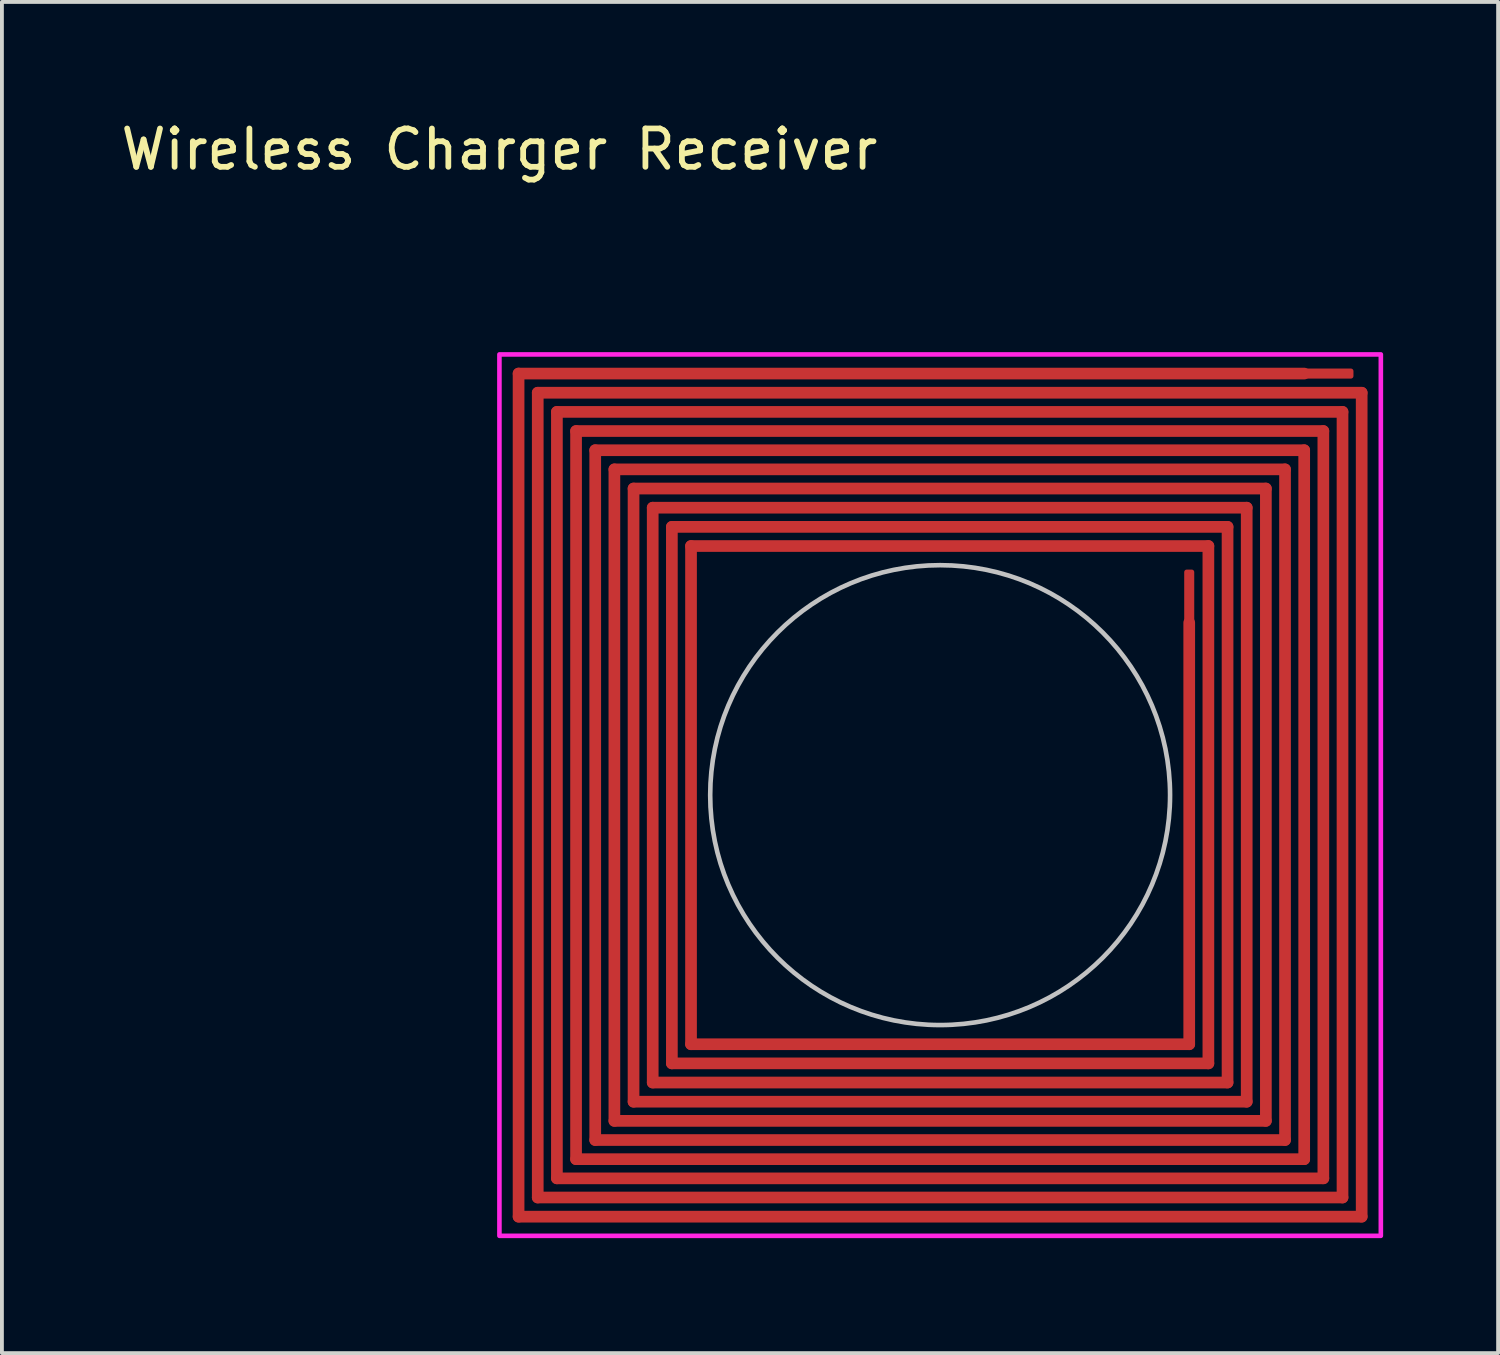
<source format=kicad_pcb>
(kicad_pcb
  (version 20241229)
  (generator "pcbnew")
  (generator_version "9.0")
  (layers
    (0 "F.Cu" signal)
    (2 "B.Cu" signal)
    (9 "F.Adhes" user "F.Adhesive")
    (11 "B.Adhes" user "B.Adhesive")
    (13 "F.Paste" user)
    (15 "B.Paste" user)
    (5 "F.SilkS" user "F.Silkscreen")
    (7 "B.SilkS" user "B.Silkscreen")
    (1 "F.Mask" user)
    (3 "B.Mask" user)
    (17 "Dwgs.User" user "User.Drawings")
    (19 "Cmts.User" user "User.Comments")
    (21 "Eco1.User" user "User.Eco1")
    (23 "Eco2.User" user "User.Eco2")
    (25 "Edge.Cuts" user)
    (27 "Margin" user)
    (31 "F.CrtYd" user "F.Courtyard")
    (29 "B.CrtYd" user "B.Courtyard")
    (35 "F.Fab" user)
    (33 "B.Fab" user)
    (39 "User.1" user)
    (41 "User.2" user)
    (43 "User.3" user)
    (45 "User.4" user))
  (footprint "Wireless Charger Receiver"
    (layer "F.Cu")
    (at 9.982 6.198)
    (property "Reference" "Wireless Charger Receiver" (at 0 -5.35 0) (unlocked yes) (layer "F.SilkS") (effects (font (size 1 1) (thickness 0.15))))
    (attr smd)
    (fp_line (start 0.5 0.5) (end 0.5 22.5) (stroke (width 0.305) (type solid)) (layer "F.Cu"))
    (fp_line (start 1 1) (end 1 22) (stroke (width 0.305) (type solid)) (layer "F.Cu"))
    (fp_line (start 1.5 1.5) (end 1.5 21.5) (stroke (width 0.305) (type solid)) (layer "F.Cu"))
    (fp_line (start 1.5 1.5) (end 22 1.5) (stroke (width 0.305) (type solid)) (layer "F.Cu"))
    (fp_line (start 1.5 21.5) (end 21.5 21.5) (stroke (width 0.305) (type solid)) (layer "F.Cu"))
    (fp_line (start 2 2) (end 2 21) (stroke (width 0.305) (type solid)) (layer "F.Cu"))
    (fp_line (start 2 2) (end 21.5 2) (stroke (width 0.305) (type solid)) (layer "F.Cu"))
    (fp_line (start 2 21) (end 21 21) (stroke (width 0.305) (type solid)) (layer "F.Cu"))
    (fp_line (start 2.5 2.5) (end 2.5 20.5) (stroke (width 0.305) (type solid)) (layer "F.Cu"))
    (fp_line (start 3 3) (end 3 20) (stroke (width 0.305) (type solid)) (layer "F.Cu"))
    (fp_line (start 3 3) (end 20.5 3) (stroke (width 0.305) (type solid)) (layer "F.Cu"))
    (fp_line (start 3.5 3.5) (end 3.5 19.5) (stroke (width 0.305) (type solid)) (layer "F.Cu"))
    (fp_line (start 4 19) (end 4 4) (stroke (width 0.305) (type solid)) (layer "F.Cu"))
    (fp_line (start 4 19) (end 19 19) (stroke (width 0.305) (type solid)) (layer "F.Cu"))
    (fp_line (start 4.5 18.5) (end 4.5 4.5) (stroke (width 0.305) (type solid)) (layer "F.Cu"))
    (fp_line (start 4.5 18.5) (end 18.5 18.5) (stroke (width 0.305) (type solid)) (layer "F.Cu"))
    (fp_line (start 5 5) (end 5 18) (stroke (width 0.305) (type solid)) (layer "F.Cu"))
    (fp_line (start 5 5) (end 18.5 5) (stroke (width 0.305) (type solid)) (layer "F.Cu"))
    (fp_line (start 18 18) (end 5 18) (stroke (width 0.305) (type solid)) (layer "F.Cu"))
    (fp_line (start 18 18) (end 18 7) (stroke (width 0.305) (type solid)) (layer "F.Cu"))
    (fp_line (start 18.5 5) (end 18.5 18.5) (stroke (width 0.305) (type solid)) (layer "F.Cu"))
    (fp_line (start 19 4.5) (end 4.5 4.5) (stroke (width 0.305) (type solid)) (layer "F.Cu"))
    (fp_line (start 19 4.5) (end 19 19) (stroke (width 0.305) (type solid)) (layer "F.Cu"))
    (fp_line (start 19.5 4) (end 4 4) (stroke (width 0.305) (type solid)) (layer "F.Cu"))
    (fp_line (start 19.5 19.5) (end 3.5 19.5) (stroke (width 0.305) (type solid)) (layer "F.Cu"))
    (fp_line (start 19.5 19.5) (end 19.5 4) (stroke (width 0.305) (type solid)) (layer "F.Cu"))
    (fp_line (start 20 3.5) (end 3.5 3.5) (stroke (width 0.305) (type solid)) (layer "F.Cu"))
    (fp_line (start 20 20) (end 3 20) (stroke (width 0.305) (type solid)) (layer "F.Cu"))
    (fp_line (start 20 20) (end 20 3.5) (stroke (width 0.305) (type solid)) (layer "F.Cu"))
    (fp_line (start 20.5 20.5) (end 2.5 20.5) (stroke (width 0.305) (type solid)) (layer "F.Cu"))
    (fp_line (start 20.5 20.5) (end 20.5 3) (stroke (width 0.305) (type solid)) (layer "F.Cu"))
    (fp_line (start 21 0.5) (end 0.5 0.5) (stroke (width 0.305) (type solid)) (layer "F.Cu"))
    (fp_line (start 21 2.5) (end 2.5 2.5) (stroke (width 0.305) (type solid)) (layer "F.Cu"))
    (fp_line (start 21 2.5) (end 21 21) (stroke (width 0.305) (type solid)) (layer "F.Cu"))
    (fp_line (start 21.5 2) (end 21.5 21.5) (stroke (width 0.305) (type solid)) (layer "F.Cu"))
    (fp_line (start 22 1.5) (end 22 22) (stroke (width 0.305) (type solid)) (layer "F.Cu"))
    (fp_line (start 22 22) (end 1 22) (stroke (width 0.305) (type solid)) (layer "F.Cu"))
    (fp_line (start 22.5 1) (end 1 1) (stroke (width 0.305) (type solid)) (layer "F.Cu"))
    (fp_line (start 22.5 1) (end 22.5 22.5) (stroke (width 0.305) (type solid)) (layer "F.Cu"))
    (fp_line (start 22.5 22.5) (end 0.5 22.5) (stroke (width 0.305) (type solid)) (layer "F.Cu"))
    (fp_circle (center 11.5 11.5) (end 17.5 11.5) (stroke (width 0.12) (type solid)) (fill no) (layer "Dwgs.User"))
    (fp_rect (start 0 0) (end 23 23) (stroke (width 0.12) (type solid)) (fill no) (layer "F.CrtYd"))
    (pad "1" smd roundrect (at 21.5 0.5) (size 1.571 0.262) (layers "F.Cu") (roundrect_rratio 0.25))
    (pad "2" smd roundrect (at 18 6.4 90) (size 1.571 0.262) (layers "F.Cu") (roundrect_rratio 0.25)))
  (gr_rect
    (start -3 -3)
    (end 36.042 32.258)
    (stroke (width 0.1) (type default))
    (fill no)
    (layer "Edge.Cuts")))
</source>
